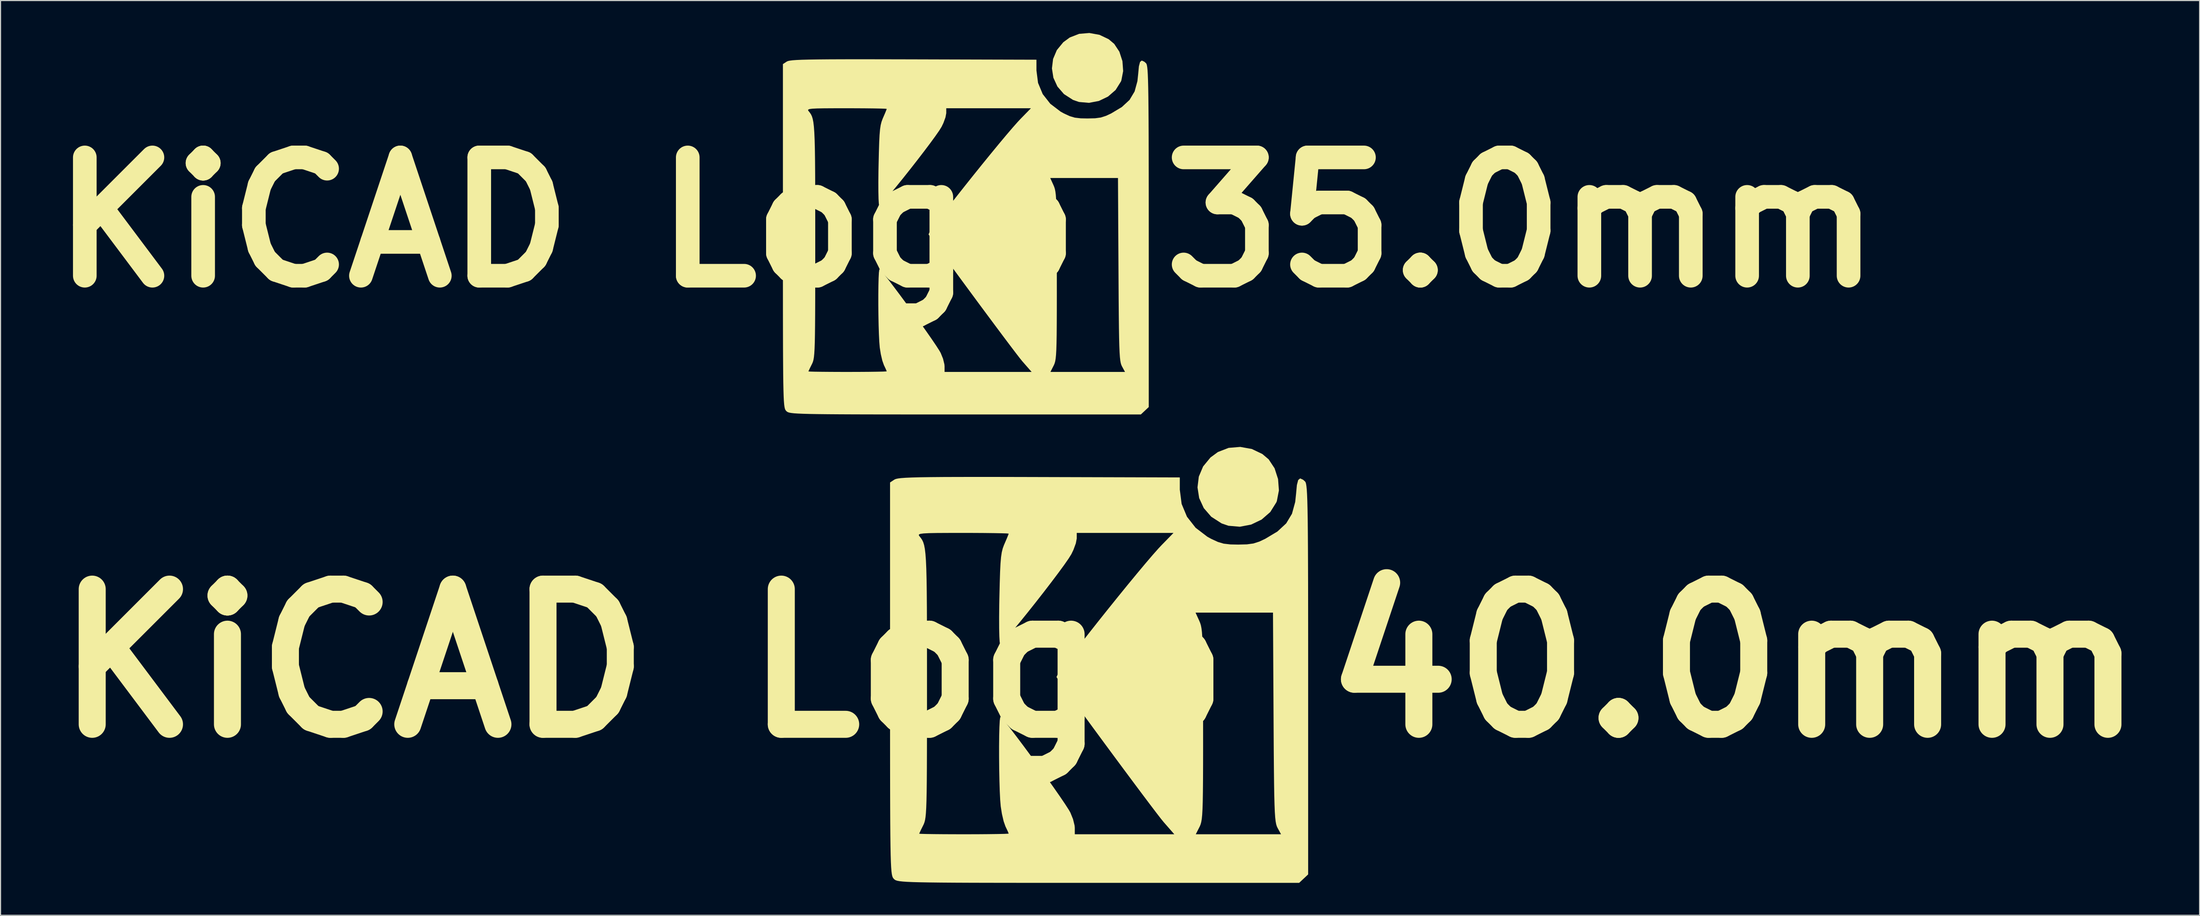
<source format=kicad_pcb>
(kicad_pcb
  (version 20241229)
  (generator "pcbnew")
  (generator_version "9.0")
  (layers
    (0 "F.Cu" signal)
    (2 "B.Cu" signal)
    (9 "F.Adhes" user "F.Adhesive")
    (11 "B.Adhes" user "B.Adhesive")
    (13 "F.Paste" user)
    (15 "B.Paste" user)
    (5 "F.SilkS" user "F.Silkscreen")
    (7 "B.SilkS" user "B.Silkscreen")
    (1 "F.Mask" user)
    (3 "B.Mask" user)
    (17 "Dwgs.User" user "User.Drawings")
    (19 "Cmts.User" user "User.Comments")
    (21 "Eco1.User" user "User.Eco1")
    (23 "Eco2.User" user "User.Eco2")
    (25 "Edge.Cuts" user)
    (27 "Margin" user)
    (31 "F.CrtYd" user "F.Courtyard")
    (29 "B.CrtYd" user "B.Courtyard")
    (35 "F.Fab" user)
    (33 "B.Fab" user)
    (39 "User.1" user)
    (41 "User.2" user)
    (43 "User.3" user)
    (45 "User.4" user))
  (footprint "KiCAD Logo 40.0mm"
    (layer "F.Cu")
    (at 98.595 58.243)
    (property "Reference" "KiCAD Logo 40.0mm" (at 0 0 180) (layer "F.SilkS") (effects (font (size 12.496 12.496) (thickness 2.496))))
    (attr board_only exclude_from_pos_files exclude_from_bom)
    (fp_poly (pts (xy 14.023 -19.795) (xy 14.992 -19.333) (xy 15.579 -18.837) (xy 16.124 -18.013) (xy 16.446 -17.015) (xy 16.524 -15.965) (xy 16.335 -14.986) (xy 16.286 -14.863) (xy 15.724 -13.966) (xy 14.924 -13.272) (xy 13.962 -12.811) (xy 12.915 -12.61) (xy 11.859 -12.701) (xy 11.23 -12.918) (xy 10.273 -13.534) (xy 9.581 -14.334) (xy 9.156 -15.259) (xy 9.002 -16.248) (xy 9.123 -17.242) (xy 9.52 -18.182) (xy 10.198 -19.008) (xy 10.884 -19.513) (xy 11.876 -19.898) (xy 12.953 -19.988)) (stroke (width 0) (type solid)) (fill yes) (layer "F.SilkS"))
    (fp_poly (pts (xy -9.403 -17.212) (xy -7.089 -17.207) (xy -5.61 -17.203) (xy 7.367 -17.167) (xy 7.367 -16.034) (xy 7.536 -14.717) (xy 8.03 -13.533) (xy 8.831 -12.511) (xy 9.921 -11.68) (xy 10.282 -11.483) (xy 10.885 -11.205) (xy 11.422 -11.046) (xy 12.042 -10.975) (xy 12.758 -10.961) (xy 13.567 -10.981) (xy 14.168 -11.062) (xy 14.71 -11.236) (xy 15.256 -11.491) (xy 16.385 -12.167) (xy 17.197 -12.92) (xy 17.732 -13.81) (xy 18.029 -14.897) (xy 18.112 -15.677) (xy 18.185 -16.466) (xy 18.304 -16.924) (xy 18.488 -17.078) (xy 18.76 -16.954) (xy 18.944 -16.788) (xy 18.99 -16.714) (xy 19.031 -16.578) (xy 19.067 -16.359) (xy 19.099 -16.037) (xy 19.126 -15.59) (xy 19.149 -14.999) (xy 19.168 -14.242) (xy 19.184 -13.299) (xy 19.197 -12.15) (xy 19.207 -10.773) (xy 19.214 -9.149) (xy 19.22 -7.256) (xy 19.223 -5.074) (xy 19.225 -2.582) (xy 19.226 0.239) (xy 19.226 1.509) (xy 19.226 19.523) (xy 18.81 19.914) (xy 18.394 20.304) (xy -0.146 20.304) (xy -3.132 20.304) (xy -5.78 20.303) (xy -8.109 20.302) (xy -10.142 20.299) (xy -11.898 20.295) (xy -13.4 20.288) (xy -14.667 20.279) (xy -15.72 20.267) (xy -16.581 20.252) (xy -17.269 20.234) (xy -17.807 20.211) (xy -18.214 20.184) (xy -18.512 20.151) (xy -18.721 20.114) (xy -18.862 20.071) (xy -18.956 20.022) (xy -19.024 19.967) (xy -19.046 19.945) (xy -19.105 19.88) (xy -19.157 19.797) (xy -19.202 19.674) (xy -19.242 19.49) (xy -19.276 19.224) (xy -19.305 18.855) (xy -19.329 18.362) (xy -19.349 17.724) (xy -19.365 16.919) (xy -19.378 15.928) (xy -19.388 14.727) (xy -19.395 13.298) (xy -19.4 11.618) (xy -19.403 9.666) (xy -19.405 7.422) (xy -19.406 4.864) (xy -19.406 1.972) (xy -19.406 1.442) (xy -19.406 -11.822) (xy -16.748 -11.822) (xy -16.683 -11.724) (xy -16.551 -11.559) (xy -16.437 -11.386) (xy -16.339 -11.178) (xy -16.257 -10.909) (xy -16.189 -10.554) (xy -16.134 -10.085) (xy -16.09 -9.478) (xy -16.056 -8.705) (xy -16.031 -7.741) (xy -16.014 -6.559) (xy -16.002 -5.134) (xy -15.996 -3.439) (xy -15.993 -1.448) (xy -15.992 0.866) (xy -15.992 1.947) (xy -15.992 4.355) (xy -15.993 6.431) (xy -15.997 8.2) (xy -16.002 9.689) (xy -16.011 10.925) (xy -16.024 11.934) (xy -16.041 12.743) (xy -16.064 13.377) (xy -16.093 13.864) (xy -16.129 14.23) (xy -16.173 14.502) (xy -16.225 14.705) (xy -16.286 14.867) (xy -16.351 15.004) (xy -16.569 15.441) (xy -16.696 15.718) (xy -16.711 15.76) (xy -16.539 15.775) (xy -16.059 15.788) (xy -15.319 15.799) (xy -14.371 15.807) (xy -13.263 15.811) (xy -12.578 15.812) (xy -11.402 15.81) (xy -10.357 15.802) (xy -9.492 15.791) (xy -8.857 15.777) (xy -8.502 15.76) (xy -8.445 15.75) (xy -8.517 15.565) (xy -8.695 15.187) (xy -8.738 15.101) (xy -8.908 14.619) (xy -9.069 13.932) (xy -9.179 13.232) (xy -9.229 12.637) (xy -9.269 11.828) (xy -9.299 10.867) (xy -9.32 9.814) (xy -9.331 8.73) (xy -9.332 7.678) (xy -9.322 6.718) (xy -9.301 5.911) (xy -9.27 5.319) (xy -9.227 5.003) (xy -9.209 4.969) (xy -9.071 5.084) (xy -8.758 5.451) (xy -8.302 6.027) (xy -7.733 6.769) (xy -7.083 7.634) (xy -6.384 8.58) (xy -5.666 9.564) (xy -4.96 10.543) (xy -4.298 11.474) (xy -3.712 12.314) (xy -3.232 13.022) (xy -2.89 13.554) (xy -2.745 13.807) (xy -2.499 14.416) (xy -2.353 15.011) (xy -2.336 15.214) (xy -2.336 15.812) (xy 2.261 15.812) (xy 6.858 15.812) (xy 5.876 14.689) (xy 5.622 14.376) (xy 5.185 13.81) (xy 4.595 13.033) (xy 3.879 12.081) (xy 3.067 10.994) (xy 2.187 9.811) (xy 1.268 8.571) (xy 0.339 7.312) (xy -0.572 6.075) (xy -1.436 4.896) (xy -2.224 3.816) (xy -2.907 2.874) (xy -3.457 2.107) (xy -3.845 1.556) (xy -4.027 1.283) (xy -3.946 1.105) (xy -3.663 0.684) (xy -3.205 0.056) (xy -2.602 -0.745) (xy -1.88 -1.683) (xy -1.067 -2.725) (xy -0.191 -3.835) (xy 0.476 -4.672) (xy 8.822 -4.672) (xy 9.169 -3.908) (xy 9.248 -3.717) (xy 9.314 -3.502) (xy 9.368 -3.231) (xy 9.412 -2.872) (xy 9.446 -2.392) (xy 9.472 -1.759) (xy 9.491 -0.94) (xy 9.504 0.096) (xy 9.512 1.382) (xy 9.517 2.95) (xy 9.519 4.832) (xy 9.519 5.667) (xy 9.52 7.682) (xy 9.518 9.369) (xy 9.512 10.761) (xy 9.502 11.889) (xy 9.487 12.786) (xy 9.465 13.482) (xy 9.435 14.011) (xy 9.396 14.404) (xy 9.346 14.692) (xy 9.286 14.908) (xy 9.213 15.085) (xy 9.183 15.145) (xy 8.843 15.812) (xy 12.781 15.812) (xy 16.72 15.812) (xy 16.401 15.228) (xy 16.33 15.077) (xy 16.271 14.882) (xy 16.221 14.612) (xy 16.179 14.239) (xy 16.145 13.732) (xy 16.118 13.062) (xy 16.095 12.198) (xy 16.077 11.111) (xy 16.062 9.77) (xy 16.048 8.146) (xy 16.036 6.21) (xy 16.029 4.986) (xy 15.977 -4.672) (xy 12.4 -4.672) (xy 8.822 -4.672) (xy 0.476 -4.672) (xy 0.721 -4.978) (xy 1.641 -6.121) (xy 2.541 -7.228) (xy 3.395 -8.264) (xy 4.173 -9.195) (xy 4.848 -9.985) (xy 5.394 -10.602) (xy 5.684 -10.911) (xy 6.785 -12.039) (xy 2.315 -12.039) (xy -2.156 -12.039) (xy -2.156 -11.52) (xy -2.241 -11.073) (xy -2.459 -10.478) (xy -2.65 -10.08) (xy -2.9 -9.678) (xy -3.314 -9.083) (xy -3.86 -8.337) (xy -4.505 -7.481) (xy -5.214 -6.558) (xy -5.955 -5.61) (xy -6.695 -4.679) (xy -7.399 -3.808) (xy -8.035 -3.039) (xy -8.568 -2.414) (xy -8.967 -1.975) (xy -9.196 -1.765) (xy -9.234 -1.754) (xy -9.277 -1.955) (xy -9.307 -2.467) (xy -9.325 -3.242) (xy -9.328 -4.232) (xy -9.316 -5.39) (xy -9.305 -6.006) (xy -9.273 -7.361) (xy -9.24 -8.41) (xy -9.201 -9.205) (xy -9.15 -9.801) (xy -9.083 -10.25) (xy -8.995 -10.605) (xy -8.88 -10.919) (xy -8.83 -11.034) (xy -8.615 -11.533) (xy -8.475 -11.879) (xy -8.445 -11.972) (xy -8.617 -11.991) (xy -9.098 -12.007) (xy -9.84 -12.021) (xy -10.792 -12.032) (xy -11.907 -12.038) (xy -12.696 -12.039) (xy -14.036 -12.037) (xy -15.056 -12.032) (xy -15.796 -12.018) (xy -16.296 -11.993) (xy -16.595 -11.954) (xy -16.732 -11.898) (xy -16.748 -11.822) (xy -19.406 -11.822) (xy -19.406 -16.702) (xy -18.996 -16.971) (xy -18.88 -17.022) (xy -18.686 -17.067) (xy -18.389 -17.105) (xy -17.965 -17.136) (xy -17.39 -17.161) (xy -16.639 -17.181) (xy -15.689 -17.196) (xy -14.514 -17.206) (xy -13.091 -17.211) (xy -11.395 -17.213)) (stroke (width 0) (type solid)) (fill yes) (layer "F.SilkS")))
  (footprint "KiCAD Logo 35.0mm"
    (layer "F.Cu")
    (at 86.27 17.489)
    (property "Reference" "KiCAD Logo 35.0mm" (at 0 0 180) (layer "F.SilkS") (effects (font (size 10.934 10.934) (thickness 2.184))))
    (attr board_only exclude_from_pos_files exclude_from_bom)
    (fp_poly (pts (xy 12.27 -17.32) (xy 13.118 -16.916) (xy 13.632 -16.482) (xy 14.109 -15.761) (xy 14.391 -14.888) (xy 14.458 -13.969) (xy 14.293 -13.113) (xy 14.251 -13.005) (xy 13.759 -12.221) (xy 13.058 -11.613) (xy 12.216 -11.209) (xy 11.3 -11.034) (xy 10.377 -11.114) (xy 9.826 -11.304) (xy 8.989 -11.842) (xy 8.383 -12.542) (xy 8.012 -13.351) (xy 7.877 -14.217) (xy 7.982 -15.087) (xy 8.33 -15.91) (xy 8.923 -16.632) (xy 9.524 -17.074) (xy 10.391 -17.411) (xy 11.334 -17.489)) (stroke (width 0) (type solid)) (fill yes) (layer "F.SilkS"))
    (fp_poly (pts (xy -8.227 -15.06) (xy -6.203 -15.056) (xy -4.909 -15.053) (xy 6.446 -15.021) (xy 6.446 -14.03) (xy 6.594 -12.877) (xy 7.026 -11.841) (xy 7.727 -10.947) (xy 8.681 -10.22) (xy 8.997 -10.047) (xy 9.524 -9.804) (xy 9.994 -9.665) (xy 10.536 -9.603) (xy 11.163 -9.591) (xy 11.871 -9.608) (xy 12.397 -9.679) (xy 12.871 -9.831) (xy 13.349 -10.054) (xy 14.337 -10.646) (xy 15.048 -11.305) (xy 15.515 -12.084) (xy 15.775 -13.035) (xy 15.848 -13.718) (xy 15.912 -14.408) (xy 16.016 -14.808) (xy 16.177 -14.943) (xy 16.415 -14.835) (xy 16.576 -14.689) (xy 16.616 -14.625) (xy 16.652 -14.506) (xy 16.684 -14.314) (xy 16.712 -14.032) (xy 16.735 -13.641) (xy 16.755 -13.124) (xy 16.772 -12.462) (xy 16.786 -11.637) (xy 16.797 -10.631) (xy 16.806 -9.426) (xy 16.813 -8.005) (xy 16.817 -6.349) (xy 16.82 -4.44) (xy 16.822 -2.259) (xy 16.823 0.21) (xy 16.823 1.32) (xy 16.823 17.082) (xy 16.459 17.424) (xy 16.095 17.766) (xy -0.128 17.766) (xy -2.741 17.766) (xy -5.057 17.766) (xy -7.095 17.764) (xy -8.874 17.762) (xy -10.411 17.758) (xy -11.725 17.752) (xy -12.833 17.744) (xy -13.755 17.734) (xy -14.508 17.721) (xy -15.111 17.704) (xy -15.581 17.684) (xy -15.937 17.661) (xy -16.198 17.632) (xy -16.381 17.6) (xy -16.504 17.562) (xy -16.587 17.519) (xy -16.646 17.471) (xy -16.666 17.452) (xy -16.717 17.395) (xy -16.762 17.323) (xy -16.802 17.215) (xy -16.836 17.054) (xy -16.866 16.821) (xy -16.892 16.498) (xy -16.913 16.067) (xy -16.93 15.508) (xy -16.945 14.805) (xy -16.956 13.937) (xy -16.964 12.887) (xy -16.971 11.636) (xy -16.975 10.166) (xy -16.978 8.458) (xy -16.979 6.494) (xy -16.98 4.256) (xy -16.98 1.726) (xy -16.98 1.261) (xy -16.98 -10.345) (xy -14.655 -10.345) (xy -14.598 -10.259) (xy -14.482 -10.114) (xy -14.382 -9.962) (xy -14.297 -9.78) (xy -14.225 -9.545) (xy -14.165 -9.234) (xy -14.117 -8.825) (xy -14.079 -8.293) (xy -14.049 -7.617) (xy -14.027 -6.773) (xy -14.012 -5.74) (xy -14.002 -4.492) (xy -13.996 -3.009) (xy -13.994 -1.267) (xy -13.993 0.757) (xy -13.993 1.704) (xy -13.993 3.811) (xy -13.994 5.627) (xy -13.997 7.175) (xy -14.002 8.478) (xy -14.01 9.56) (xy -14.021 10.442) (xy -14.036 11.15) (xy -14.056 11.705) (xy -14.082 12.131) (xy -14.113 12.451) (xy -14.151 12.689) (xy -14.197 12.867) (xy -14.25 13.009) (xy -14.307 13.128) (xy -14.498 13.511) (xy -14.609 13.754) (xy -14.622 13.79) (xy -14.472 13.803) (xy -14.051 13.815) (xy -13.404 13.824) (xy -12.574 13.831) (xy -11.606 13.835) (xy -11.006 13.836) (xy -9.977 13.833) (xy -9.062 13.827) (xy -8.305 13.817) (xy -7.75 13.805) (xy -7.44 13.79) (xy -7.389 13.781) (xy -7.453 13.619) (xy -7.608 13.289) (xy -7.645 13.214) (xy -7.795 12.792) (xy -7.935 12.191) (xy -8.032 11.578) (xy -8.075 11.057) (xy -8.11 10.35) (xy -8.137 9.508) (xy -8.155 8.587) (xy -8.165 7.639) (xy -8.165 6.718) (xy -8.156 5.878) (xy -8.138 5.172) (xy -8.111 4.655) (xy -8.074 4.378) (xy -8.058 4.348) (xy -7.937 4.449) (xy -7.663 4.77) (xy -7.264 5.274) (xy -6.767 5.923) (xy -6.198 6.68) (xy -5.586 7.508) (xy -4.957 8.368) (xy -4.34 9.225) (xy -3.761 10.039) (xy -3.248 10.775) (xy -2.828 11.394) (xy -2.529 11.859) (xy -2.402 12.081) (xy -2.186 12.614) (xy -2.059 13.134) (xy -2.044 13.312) (xy -2.044 13.836) (xy 1.979 13.836) (xy 6.001 13.836) (xy 5.141 12.853) (xy 4.919 12.579) (xy 4.537 12.084) (xy 4.02 11.403) (xy 3.394 10.571) (xy 2.684 9.62) (xy 1.914 8.585) (xy 1.109 7.5) (xy 0.296 6.398) (xy -0.501 5.315) (xy -1.257 4.284) (xy -1.946 3.339) (xy -2.544 2.515) (xy -3.025 1.844) (xy -3.364 1.362) (xy -3.524 1.123) (xy -3.452 0.967) (xy -3.205 0.598) (xy -2.805 0.049) (xy -2.277 -0.652) (xy -1.645 -1.473) (xy -0.934 -2.384) (xy -0.167 -3.355) (xy 0.417 -4.088) (xy 7.719 -4.088) (xy 8.023 -3.42) (xy 8.092 -3.253) (xy 8.15 -3.065) (xy 8.197 -2.827) (xy 8.236 -2.513) (xy 8.266 -2.093) (xy 8.288 -1.539) (xy 8.305 -0.823) (xy 8.316 0.084) (xy 8.323 1.209) (xy 8.327 2.581) (xy 8.329 4.228) (xy 8.329 4.959) (xy 8.33 6.722) (xy 8.328 8.198) (xy 8.323 9.416) (xy 8.315 10.403) (xy 8.301 11.187) (xy 8.282 11.797) (xy 8.255 12.259) (xy 8.221 12.603) (xy 8.178 12.856) (xy 8.125 13.045) (xy 8.062 13.199) (xy 8.035 13.252) (xy 7.738 13.836) (xy 11.184 13.836) (xy 14.63 13.836) (xy 14.351 13.325) (xy 14.289 13.192) (xy 14.237 13.022) (xy 14.193 12.786) (xy 14.157 12.459) (xy 14.127 12.016) (xy 14.103 11.429) (xy 14.083 10.673) (xy 14.067 9.722) (xy 14.054 8.549) (xy 14.042 7.128) (xy 14.032 5.434) (xy 14.026 4.363) (xy 13.98 -4.088) (xy 10.85 -4.088) (xy 7.719 -4.088) (xy 0.417 -4.088) (xy 0.631 -4.356) (xy 1.436 -5.356) (xy 2.224 -6.324) (xy 2.97 -7.231) (xy 3.651 -8.045) (xy 4.242 -8.737) (xy 4.719 -9.276) (xy 4.973 -9.547) (xy 5.937 -10.534) (xy 2.025 -10.534) (xy -1.887 -10.534) (xy -1.887 -10.08) (xy -1.961 -9.689) (xy -2.151 -9.169) (xy -2.319 -8.82) (xy -2.537 -8.469) (xy -2.9 -7.948) (xy -3.378 -7.295) (xy -3.942 -6.546) (xy -4.563 -5.738) (xy -5.211 -4.909) (xy -5.858 -4.094) (xy -6.474 -3.332) (xy -7.03 -2.659) (xy -7.497 -2.112) (xy -7.846 -1.728) (xy -8.047 -1.544) (xy -8.079 -1.535) (xy -8.117 -1.71) (xy -8.144 -2.158) (xy -8.159 -2.837) (xy -8.162 -3.703) (xy -8.152 -4.717) (xy -8.141 -5.255) (xy -8.114 -6.441) (xy -8.085 -7.358) (xy -8.051 -8.055) (xy -8.006 -8.576) (xy -7.948 -8.969) (xy -7.87 -9.279) (xy -7.77 -9.554) (xy -7.727 -9.654) (xy -7.538 -10.091) (xy -7.415 -10.394) (xy -7.389 -10.475) (xy -7.539 -10.492) (xy -7.961 -10.506) (xy -8.61 -10.519) (xy -9.443 -10.528) (xy -10.418 -10.533) (xy -11.109 -10.534) (xy -12.281 -10.533) (xy -13.174 -10.528) (xy -13.822 -10.516) (xy -14.259 -10.494) (xy -14.521 -10.46) (xy -14.641 -10.411) (xy -14.655 -10.345) (xy -16.98 -10.345) (xy -16.98 -14.614) (xy -16.622 -14.849) (xy -16.52 -14.895) (xy -16.35 -14.934) (xy -16.09 -14.967) (xy -15.719 -14.994) (xy -15.216 -15.016) (xy -14.559 -15.033) (xy -13.727 -15.046) (xy -12.7 -15.055) (xy -11.454 -15.06) (xy -9.971 -15.062)) (stroke (width 0) (type solid)) (fill yes) (layer "F.SilkS")))
  (gr_rect
    (start -3 -3)
    (end 200.189 81.547)
    (stroke (width 0.1) (type default))
    (fill no)
    (layer "Edge.Cuts")))
</source>
